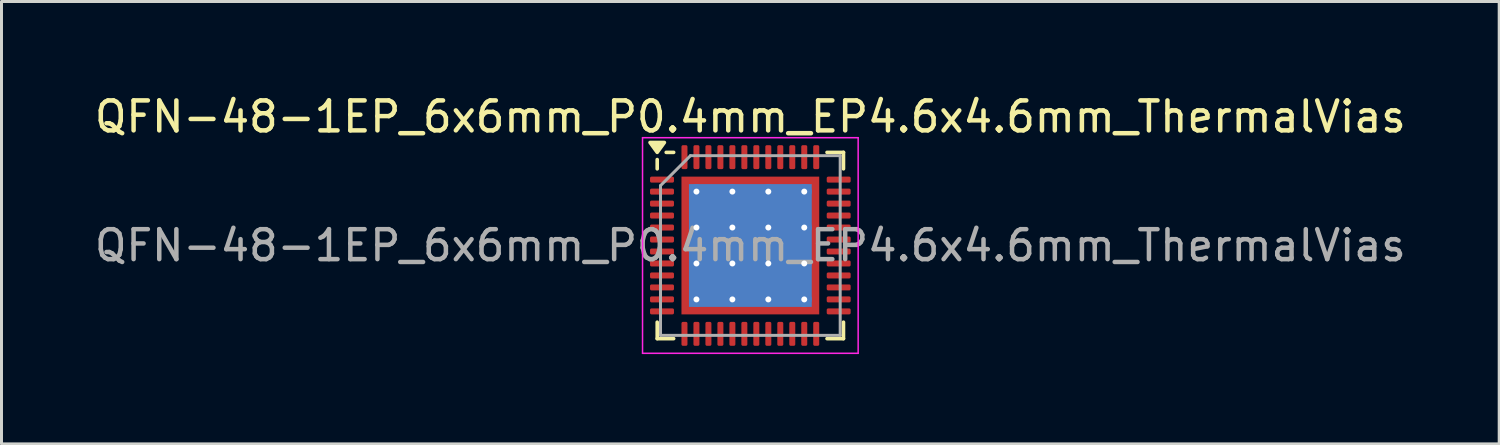
<source format=kicad_pcb>
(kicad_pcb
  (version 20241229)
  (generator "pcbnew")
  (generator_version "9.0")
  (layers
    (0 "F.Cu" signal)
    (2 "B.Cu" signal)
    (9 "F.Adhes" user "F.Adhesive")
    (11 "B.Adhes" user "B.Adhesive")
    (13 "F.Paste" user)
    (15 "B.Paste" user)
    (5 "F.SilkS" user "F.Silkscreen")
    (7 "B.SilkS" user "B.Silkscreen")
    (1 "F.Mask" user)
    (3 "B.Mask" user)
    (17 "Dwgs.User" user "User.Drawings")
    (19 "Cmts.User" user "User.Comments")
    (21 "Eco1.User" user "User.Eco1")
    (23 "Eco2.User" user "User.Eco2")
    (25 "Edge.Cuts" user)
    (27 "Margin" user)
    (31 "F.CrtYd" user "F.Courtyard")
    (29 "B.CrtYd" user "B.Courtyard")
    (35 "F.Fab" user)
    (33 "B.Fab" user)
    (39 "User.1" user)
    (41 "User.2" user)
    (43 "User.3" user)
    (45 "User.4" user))
  (footprint "QFN-48-1EP_6x6mm_P0.4mm_EP4.6x4.6mm_ThermalVias"
    (layer "F.Cu")
    (at 22.006 5.148)
    (property "Reference" "QFN-48-1EP_6x6mm_P0.4mm_EP4.6x4.6mm_ThermalVias" (at 0 -4.3 0) (layer "F.SilkS") (effects (font (size 1 1) (thickness 0.15))))
    (attr smd)
    (fp_line (start -3.11 -2.56) (end -3.11 -2.87) (stroke (width 0.12) (type solid)) (layer "F.SilkS"))
    (fp_line (start -3.11 3.11) (end -3.11 2.56) (stroke (width 0.12) (type solid)) (layer "F.SilkS"))
    (fp_line (start -2.56 -3.11) (end -2.81 -3.11) (stroke (width 0.12) (type solid)) (layer "F.SilkS"))
    (fp_line (start -2.56 3.11) (end -3.11 3.11) (stroke (width 0.12) (type solid)) (layer "F.SilkS"))
    (fp_line (start 2.56 -3.11) (end 3.11 -3.11) (stroke (width 0.12) (type solid)) (layer "F.SilkS"))
    (fp_line (start 2.56 3.11) (end 3.11 3.11) (stroke (width 0.12) (type solid)) (layer "F.SilkS"))
    (fp_line (start 3.11 -3.11) (end 3.11 -2.56) (stroke (width 0.12) (type solid)) (layer "F.SilkS"))
    (fp_line (start 3.11 3.11) (end 3.11 2.56) (stroke (width 0.12) (type solid)) (layer "F.SilkS"))
    (fp_poly (pts (xy -3.11 -3.11) (xy -3.35 -3.44) (xy -2.87 -3.44) (xy -3.11 -3.11)) (stroke (width 0.12) (type solid)) (fill yes) (layer "F.SilkS"))
    (fp_line (start -3.6 -3.6) (end -3.6 3.6) (stroke (width 0.05) (type solid)) (layer "F.CrtYd"))
    (fp_line (start -3.6 3.6) (end 3.6 3.6) (stroke (width 0.05) (type solid)) (layer "F.CrtYd"))
    (fp_line (start 3.6 -3.6) (end -3.6 -3.6) (stroke (width 0.05) (type solid)) (layer "F.CrtYd"))
    (fp_line (start 3.6 3.6) (end 3.6 -3.6) (stroke (width 0.05) (type solid)) (layer "F.CrtYd"))
    (fp_line (start -3 -2) (end -2 -3) (stroke (width 0.1) (type solid)) (layer "F.Fab"))
    (fp_line (start -3 3) (end -3 -2) (stroke (width 0.1) (type solid)) (layer "F.Fab"))
    (fp_line (start -2 -3) (end 3 -3) (stroke (width 0.1) (type solid)) (layer "F.Fab"))
    (fp_line (start 3 -3) (end 3 3) (stroke (width 0.1) (type solid)) (layer "F.Fab"))
    (fp_line (start 3 3) (end -3 3) (stroke (width 0.1) (type solid)) (layer "F.Fab"))
    (fp_text user "${REFERENCE}" (at 0 0 0) (layer "F.Fab") (effects (font (size 1 1) (thickness 0.15))))
    (pad "" smd custom (at -2.05 -2.05) (size 0.272 0.272) (layers "F.Paste") (options (anchor circle)) (primitives (gr_poly (pts (xy -0.101 -0.101) (xy 0.101 -0.101) (xy 0.101 -0.026) (xy -0.026 0.101) (xy -0.101 0.101)) (width 0.202) (fill yes))))
    (pad "" smd custom (at -2.05 -1.2) (size 0.32 0.32) (layers "F.Paste") (options (anchor circle)) (primitives (gr_poly (pts (xy -0.118 -0.4) (xy 0.049 -0.4) (xy 0.118 -0.331) (xy 0.118 0.331) (xy 0.049 0.4) (xy -0.118 0.4)) (width 0.167) (fill yes))))
    (pad "" smd custom (at -2.05 0) (size 0.32 0.32) (layers "F.Paste") (options (anchor circle)) (primitives (gr_poly (pts (xy -0.118 -0.4) (xy 0.049 -0.4) (xy 0.118 -0.331) (xy 0.118 0.331) (xy 0.049 0.4) (xy -0.118 0.4)) (width 0.167) (fill yes))))
    (pad "" smd custom (at -2.05 1.2) (size 0.32 0.32) (layers "F.Paste") (options (anchor circle)) (primitives (gr_poly (pts (xy -0.118 -0.4) (xy 0.049 -0.4) (xy 0.118 -0.331) (xy 0.118 0.331) (xy 0.049 0.4) (xy -0.118 0.4)) (width 0.167) (fill yes))))
    (pad "" smd custom (at -2.05 2.05) (size 0.272 0.272) (layers "F.Paste") (options (anchor circle)) (primitives (gr_poly (pts (xy -0.101 -0.101) (xy -0.026 -0.101) (xy 0.101 0.026) (xy 0.101 0.101) (xy -0.101 0.101)) (width 0.202) (fill yes))))
    (pad "" smd custom (at -1.2 -2.05) (size 0.32 0.32) (layers "F.Paste") (options (anchor circle)) (primitives (gr_poly (pts (xy -0.4 -0.118) (xy 0.4 -0.118) (xy 0.4 0.049) (xy 0.331 0.118) (xy -0.331 0.118) (xy -0.4 0.049)) (width 0.167) (fill yes))))
    (pad "" smd roundrect (at -1.2 -1.2) (size 0.967 0.967) (layers "F.Paste") (roundrect_rratio 0.25))
    (pad "" smd roundrect (at -1.2 0) (size 0.967 0.967) (layers "F.Paste") (roundrect_rratio 0.25))
    (pad "" smd roundrect (at -1.2 1.2) (size 0.967 0.967) (layers "F.Paste") (roundrect_rratio 0.25))
    (pad "" smd custom (at -1.2 2.05) (size 0.32 0.32) (layers "F.Paste") (options (anchor circle)) (primitives (gr_poly (pts (xy -0.4 -0.049) (xy -0.331 -0.118) (xy 0.331 -0.118) (xy 0.4 -0.049) (xy 0.4 0.118) (xy -0.4 0.118)) (width 0.167) (fill yes))))
    (pad "" smd custom (at 0 -2.05) (size 0.32 0.32) (layers "F.Paste") (options (anchor circle)) (primitives (gr_poly (pts (xy -0.4 -0.118) (xy 0.4 -0.118) (xy 0.4 0.049) (xy 0.331 0.118) (xy -0.331 0.118) (xy -0.4 0.049)) (width 0.167) (fill yes))))
    (pad "" smd roundrect (at 0 -1.2) (size 0.967 0.967) (layers "F.Paste") (roundrect_rratio 0.25))
    (pad "" smd roundrect (at 0 0) (size 0.967 0.967) (layers "F.Paste") (roundrect_rratio 0.25))
    (pad "" smd roundrect (at 0 1.2) (size 0.967 0.967) (layers "F.Paste") (roundrect_rratio 0.25))
    (pad "" smd custom (at 0 2.05) (size 0.32 0.32) (layers "F.Paste") (options (anchor circle)) (primitives (gr_poly (pts (xy -0.4 -0.049) (xy -0.331 -0.118) (xy 0.331 -0.118) (xy 0.4 -0.049) (xy 0.4 0.118) (xy -0.4 0.118)) (width 0.167) (fill yes))))
    (pad "" smd custom (at 1.2 -2.05) (size 0.32 0.32) (layers "F.Paste") (options (anchor circle)) (primitives (gr_poly (pts (xy -0.4 -0.118) (xy 0.4 -0.118) (xy 0.4 0.049) (xy 0.331 0.118) (xy -0.331 0.118) (xy -0.4 0.049)) (width 0.167) (fill yes))))
    (pad "" smd roundrect (at 1.2 -1.2) (size 0.967 0.967) (layers "F.Paste") (roundrect_rratio 0.25))
    (pad "" smd roundrect (at 1.2 0) (size 0.967 0.967) (layers "F.Paste") (roundrect_rratio 0.25))
    (pad "" smd roundrect (at 1.2 1.2) (size 0.967 0.967) (layers "F.Paste") (roundrect_rratio 0.25))
    (pad "" smd custom (at 1.2 2.05) (size 0.32 0.32) (layers "F.Paste") (options (anchor circle)) (primitives (gr_poly (pts (xy -0.4 -0.049) (xy -0.331 -0.118) (xy 0.331 -0.118) (xy 0.4 -0.049) (xy 0.4 0.118) (xy -0.4 0.118)) (width 0.167) (fill yes))))
    (pad "" smd custom (at 2.05 -2.05) (size 0.272 0.272) (layers "F.Paste") (options (anchor circle)) (primitives (gr_poly (pts (xy -0.101 -0.101) (xy 0.101 -0.101) (xy 0.101 0.101) (xy 0.026 0.101) (xy -0.101 -0.026)) (width 0.202) (fill yes))))
    (pad "" smd custom (at 2.05 -1.2) (size 0.32 0.32) (layers "F.Paste") (options (anchor circle)) (primitives (gr_poly (pts (xy -0.118 -0.331) (xy -0.049 -0.4) (xy 0.118 -0.4) (xy 0.118 0.4) (xy -0.049 0.4) (xy -0.118 0.331)) (width 0.167) (fill yes))))
    (pad "" smd custom (at 2.05 0) (size 0.32 0.32) (layers "F.Paste") (options (anchor circle)) (primitives (gr_poly (pts (xy -0.118 -0.331) (xy -0.049 -0.4) (xy 0.118 -0.4) (xy 0.118 0.4) (xy -0.049 0.4) (xy -0.118 0.331)) (width 0.167) (fill yes))))
    (pad "" smd custom (at 2.05 1.2) (size 0.32 0.32) (layers "F.Paste") (options (anchor circle)) (primitives (gr_poly (pts (xy -0.118 -0.331) (xy -0.049 -0.4) (xy 0.118 -0.4) (xy 0.118 0.4) (xy -0.049 0.4) (xy -0.118 0.331)) (width 0.167) (fill yes))))
    (pad "" smd custom (at 2.05 2.05) (size 0.272 0.272) (layers "F.Paste") (options (anchor circle)) (primitives (gr_poly (pts (xy -0.101 0.026) (xy 0.026 -0.101) (xy 0.101 -0.101) (xy 0.101 0.101) (xy -0.101 0.101)) (width 0.202) (fill yes))))
    (pad "1" smd roundrect (at -2.95 -2.2) (size 0.8 0.2) (layers "F.Cu" "F.Mask" "F.Paste") (roundrect_rratio 0.25))
    (pad "2" smd roundrect (at -2.95 -1.8) (size 0.8 0.2) (layers "F.Cu" "F.Mask" "F.Paste") (roundrect_rratio 0.25))
    (pad "3" smd roundrect (at -2.95 -1.4) (size 0.8 0.2) (layers "F.Cu" "F.Mask" "F.Paste") (roundrect_rratio 0.25))
    (pad "4" smd roundrect (at -2.95 -1) (size 0.8 0.2) (layers "F.Cu" "F.Mask" "F.Paste") (roundrect_rratio 0.25))
    (pad "5" smd roundrect (at -2.95 -0.6) (size 0.8 0.2) (layers "F.Cu" "F.Mask" "F.Paste") (roundrect_rratio 0.25))
    (pad "6" smd roundrect (at -2.95 -0.2) (size 0.8 0.2) (layers "F.Cu" "F.Mask" "F.Paste") (roundrect_rratio 0.25))
    (pad "7" smd roundrect (at -2.95 0.2) (size 0.8 0.2) (layers "F.Cu" "F.Mask" "F.Paste") (roundrect_rratio 0.25))
    (pad "8" smd roundrect (at -2.95 0.6) (size 0.8 0.2) (layers "F.Cu" "F.Mask" "F.Paste") (roundrect_rratio 0.25))
    (pad "9" smd roundrect (at -2.95 1) (size 0.8 0.2) (layers "F.Cu" "F.Mask" "F.Paste") (roundrect_rratio 0.25))
    (pad "10" smd roundrect (at -2.95 1.4) (size 0.8 0.2) (layers "F.Cu" "F.Mask" "F.Paste") (roundrect_rratio 0.25))
    (pad "11" smd roundrect (at -2.95 1.8) (size 0.8 0.2) (layers "F.Cu" "F.Mask" "F.Paste") (roundrect_rratio 0.25))
    (pad "12" smd roundrect (at -2.95 2.2) (size 0.8 0.2) (layers "F.Cu" "F.Mask" "F.Paste") (roundrect_rratio 0.25))
    (pad "13" smd roundrect (at -2.2 2.95) (size 0.2 0.8) (layers "F.Cu" "F.Mask" "F.Paste") (roundrect_rratio 0.25))
    (pad "14" smd roundrect (at -1.8 2.95) (size 0.2 0.8) (layers "F.Cu" "F.Mask" "F.Paste") (roundrect_rratio 0.25))
    (pad "15" smd roundrect (at -1.4 2.95) (size 0.2 0.8) (layers "F.Cu" "F.Mask" "F.Paste") (roundrect_rratio 0.25))
    (pad "16" smd roundrect (at -1 2.95) (size 0.2 0.8) (layers "F.Cu" "F.Mask" "F.Paste") (roundrect_rratio 0.25))
    (pad "17" smd roundrect (at -0.6 2.95) (size 0.2 0.8) (layers "F.Cu" "F.Mask" "F.Paste") (roundrect_rratio 0.25))
    (pad "18" smd roundrect (at -0.2 2.95) (size 0.2 0.8) (layers "F.Cu" "F.Mask" "F.Paste") (roundrect_rratio 0.25))
    (pad "19" smd roundrect (at 0.2 2.95) (size 0.2 0.8) (layers "F.Cu" "F.Mask" "F.Paste") (roundrect_rratio 0.25))
    (pad "20" smd roundrect (at 0.6 2.95) (size 0.2 0.8) (layers "F.Cu" "F.Mask" "F.Paste") (roundrect_rratio 0.25))
    (pad "21" smd roundrect (at 1 2.95) (size 0.2 0.8) (layers "F.Cu" "F.Mask" "F.Paste") (roundrect_rratio 0.25))
    (pad "22" smd roundrect (at 1.4 2.95) (size 0.2 0.8) (layers "F.Cu" "F.Mask" "F.Paste") (roundrect_rratio 0.25))
    (pad "23" smd roundrect (at 1.8 2.95) (size 0.2 0.8) (layers "F.Cu" "F.Mask" "F.Paste") (roundrect_rratio 0.25))
    (pad "24" smd roundrect (at 2.2 2.95) (size 0.2 0.8) (layers "F.Cu" "F.Mask" "F.Paste") (roundrect_rratio 0.25))
    (pad "25" smd roundrect (at 2.95 2.2) (size 0.8 0.2) (layers "F.Cu" "F.Mask" "F.Paste") (roundrect_rratio 0.25))
    (pad "26" smd roundrect (at 2.95 1.8) (size 0.8 0.2) (layers "F.Cu" "F.Mask" "F.Paste") (roundrect_rratio 0.25))
    (pad "27" smd roundrect (at 2.95 1.4) (size 0.8 0.2) (layers "F.Cu" "F.Mask" "F.Paste") (roundrect_rratio 0.25))
    (pad "28" smd roundrect (at 2.95 1) (size 0.8 0.2) (layers "F.Cu" "F.Mask" "F.Paste") (roundrect_rratio 0.25))
    (pad "29" smd roundrect (at 2.95 0.6) (size 0.8 0.2) (layers "F.Cu" "F.Mask" "F.Paste") (roundrect_rratio 0.25))
    (pad "30" smd roundrect (at 2.95 0.2) (size 0.8 0.2) (layers "F.Cu" "F.Mask" "F.Paste") (roundrect_rratio 0.25))
    (pad "31" smd roundrect (at 2.95 -0.2) (size 0.8 0.2) (layers "F.Cu" "F.Mask" "F.Paste") (roundrect_rratio 0.25))
    (pad "32" smd roundrect (at 2.95 -0.6) (size 0.8 0.2) (layers "F.Cu" "F.Mask" "F.Paste") (roundrect_rratio 0.25))
    (pad "33" smd roundrect (at 2.95 -1) (size 0.8 0.2) (layers "F.Cu" "F.Mask" "F.Paste") (roundrect_rratio 0.25))
    (pad "34" smd roundrect (at 2.95 -1.4) (size 0.8 0.2) (layers "F.Cu" "F.Mask" "F.Paste") (roundrect_rratio 0.25))
    (pad "35" smd roundrect (at 2.95 -1.8) (size 0.8 0.2) (layers "F.Cu" "F.Mask" "F.Paste") (roundrect_rratio 0.25))
    (pad "36" smd roundrect (at 2.95 -2.2) (size 0.8 0.2) (layers "F.Cu" "F.Mask" "F.Paste") (roundrect_rratio 0.25))
    (pad "37" smd roundrect (at 2.2 -2.95) (size 0.2 0.8) (layers "F.Cu" "F.Mask" "F.Paste") (roundrect_rratio 0.25))
    (pad "38" smd roundrect (at 1.8 -2.95) (size 0.2 0.8) (layers "F.Cu" "F.Mask" "F.Paste") (roundrect_rratio 0.25))
    (pad "39" smd roundrect (at 1.4 -2.95) (size 0.2 0.8) (layers "F.Cu" "F.Mask" "F.Paste") (roundrect_rratio 0.25))
    (pad "40" smd roundrect (at 1 -2.95) (size 0.2 0.8) (layers "F.Cu" "F.Mask" "F.Paste") (roundrect_rratio 0.25))
    (pad "41" smd roundrect (at 0.6 -2.95) (size 0.2 0.8) (layers "F.Cu" "F.Mask" "F.Paste") (roundrect_rratio 0.25))
    (pad "42" smd roundrect (at 0.2 -2.95) (size 0.2 0.8) (layers "F.Cu" "F.Mask" "F.Paste") (roundrect_rratio 0.25))
    (pad "43" smd roundrect (at -0.2 -2.95) (size 0.2 0.8) (layers "F.Cu" "F.Mask" "F.Paste") (roundrect_rratio 0.25))
    (pad "44" smd roundrect (at -0.6 -2.95) (size 0.2 0.8) (layers "F.Cu" "F.Mask" "F.Paste") (roundrect_rratio 0.25))
    (pad "45" smd roundrect (at -1 -2.95) (size 0.2 0.8) (layers "F.Cu" "F.Mask" "F.Paste") (roundrect_rratio 0.25))
    (pad "46" smd roundrect (at -1.4 -2.95) (size 0.2 0.8) (layers "F.Cu" "F.Mask" "F.Paste") (roundrect_rratio 0.25))
    (pad "47" smd roundrect (at -1.8 -2.95) (size 0.2 0.8) (layers "F.Cu" "F.Mask" "F.Paste") (roundrect_rratio 0.25))
    (pad "48" smd roundrect (at -2.2 -2.95) (size 0.2 0.8) (layers "F.Cu" "F.Mask" "F.Paste") (roundrect_rratio 0.25))
    (pad "49" thru_hole circle (at -1.8 -1.8) (size 0.5 0.5) (drill 0.2) (property pad_prop_heatsink) (layers "*.Cu"))
    (pad "49" thru_hole circle (at -1.8 -0.6) (size 0.5 0.5) (drill 0.2) (property pad_prop_heatsink) (layers "*.Cu"))
    (pad "49" thru_hole circle (at -1.8 0.6) (size 0.5 0.5) (drill 0.2) (property pad_prop_heatsink) (layers "*.Cu"))
    (pad "49" thru_hole circle (at -1.8 1.8) (size 0.5 0.5) (drill 0.2) (property pad_prop_heatsink) (layers "*.Cu"))
    (pad "49" thru_hole circle (at -0.6 -1.8) (size 0.5 0.5) (drill 0.2) (property pad_prop_heatsink) (layers "*.Cu"))
    (pad "49" thru_hole circle (at -0.6 -0.6) (size 0.5 0.5) (drill 0.2) (property pad_prop_heatsink) (layers "*.Cu"))
    (pad "49" thru_hole circle (at -0.6 0.6) (size 0.5 0.5) (drill 0.2) (property pad_prop_heatsink) (layers "*.Cu"))
    (pad "49" thru_hole circle (at -0.6 1.8) (size 0.5 0.5) (drill 0.2) (property pad_prop_heatsink) (layers "*.Cu"))
    (pad "49" smd rect (at 0 0) (size 4.1 4.1) (property pad_prop_heatsink) (layers "B.Cu"))
    (pad "49" smd rect (at 0 0) (size 4.6 4.6) (property pad_prop_heatsink) (layers "F.Cu" "F.Mask"))
    (pad "49" thru_hole circle (at 0.6 -1.8) (size 0.5 0.5) (drill 0.2) (property pad_prop_heatsink) (layers "*.Cu"))
    (pad "49" thru_hole circle (at 0.6 -0.6) (size 0.5 0.5) (drill 0.2) (property pad_prop_heatsink) (layers "*.Cu"))
    (pad "49" thru_hole circle (at 0.6 0.6) (size 0.5 0.5) (drill 0.2) (property pad_prop_heatsink) (layers "*.Cu"))
    (pad "49" thru_hole circle (at 0.6 1.8) (size 0.5 0.5) (drill 0.2) (property pad_prop_heatsink) (layers "*.Cu"))
    (pad "49" thru_hole circle (at 1.8 -1.8) (size 0.5 0.5) (drill 0.2) (property pad_prop_heatsink) (layers "*.Cu"))
    (pad "49" thru_hole circle (at 1.8 -0.6) (size 0.5 0.5) (drill 0.2) (property pad_prop_heatsink) (layers "*.Cu"))
    (pad "49" thru_hole circle (at 1.8 0.6) (size 0.5 0.5) (drill 0.2) (property pad_prop_heatsink) (layers "*.Cu"))
    (pad "49" thru_hole circle (at 1.8 1.8) (size 0.5 0.5) (drill 0.2) (property pad_prop_heatsink) (layers "*.Cu")))
  (gr_rect
    (start -3 -3)
    (end 47.012 11.773)
    (stroke (width 0.1) (type default))
    (fill no)
    (layer "Edge.Cuts")))
</source>
